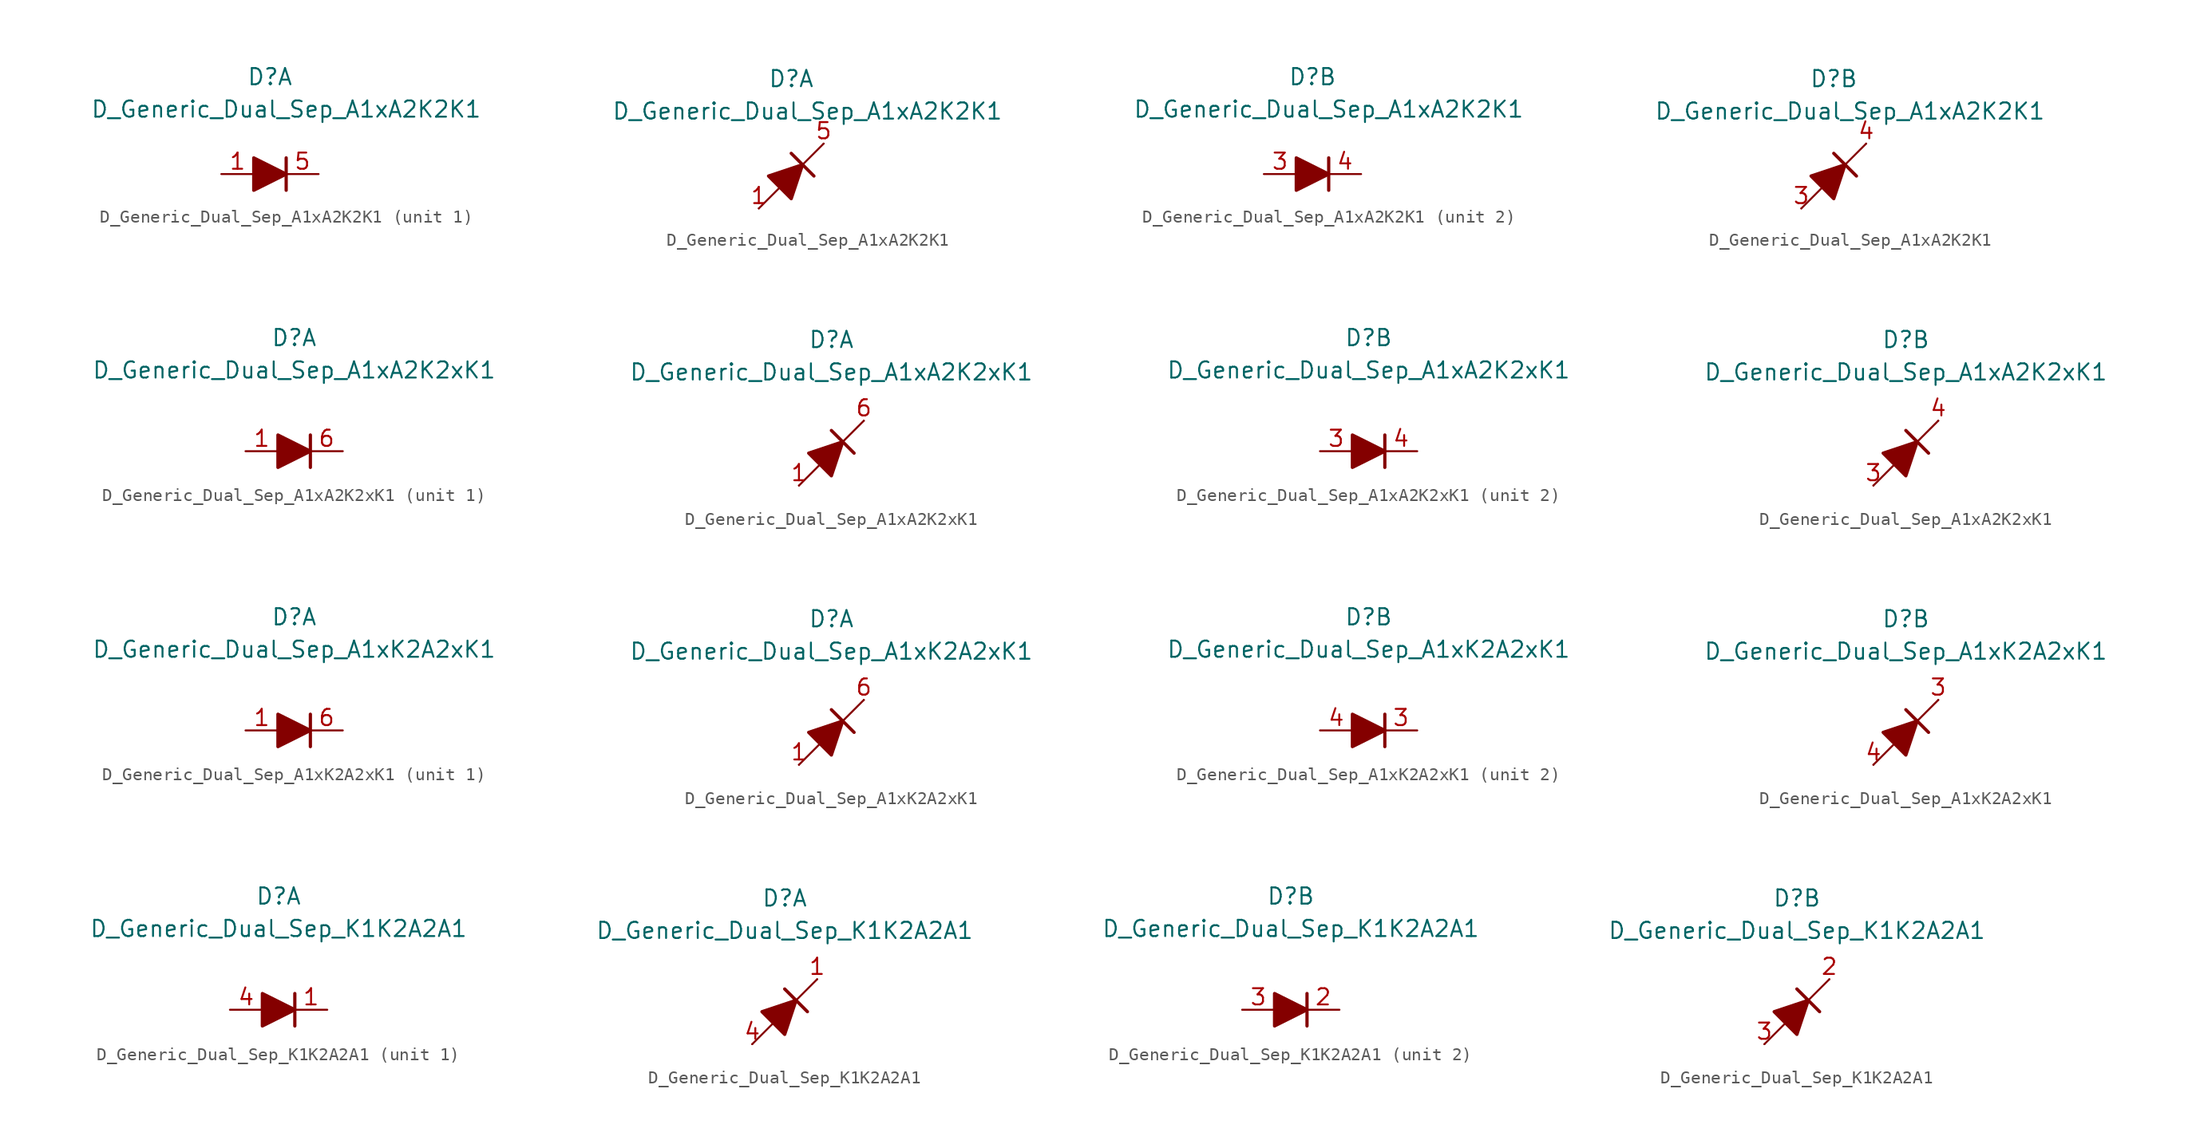
<source format=kicad_sym>
(kicad_symbol_lib
  (version 20231120)
  (generator "kicad_symbol_editor")
  (generator_version "8.0")
  (symbol "D_Generic_Dual_Sep_A1xA2K2K1"
    (pin_names
      (offset 1.016) hide)
    (property "Reference" "D"
      (at 0 7.62 0)
      (effects (font (size 1.27 1.27))))
    (property "Value" "D_Generic_Dual_Sep_A1xA2K2K1"
      (at 1.27 5.08 0)
      (effects (font (size 1.27 1.27))))
    (symbol "D_Generic_Dual_Sep_A1xA2K2K1_0_1"
      (polyline (pts (xy 1.27 1.27) (xy 1.27 -1.27)) (stroke (width 0.254) (type default)) (fill (type none))))
    (symbol "D_Generic_Dual_Sep_A1xA2K2K1_0_2"
      (polyline (pts (xy -2.54 -2.54) (xy 2.54 2.54)) (stroke (width 0) (type default)) (fill (type none)))
      (polyline (pts (xy 0 1.778) (xy 1.778 0)) (stroke (width 0.254) (type default)) (fill (type none)))
      (polyline (pts (xy -0.889 -0.889) (xy -1.778 0) (xy 0.889 0.889) (xy 0 -1.778) (xy -0.889 -0.889)) (stroke (width 0.254) (type default)) (fill (type outline))))
    (symbol "D_Generic_Dual_Sep_A1xA2K2K1_1_1"
      (polyline (pts (xy -1.27 0) (xy 1.27 0)) (stroke (width 0) (type default)) (fill (type none)))
      (polyline (pts (xy -1.27 1.27) (xy -1.27 -1.27) (xy 1.27 0) (xy -1.27 1.27)) (stroke (width 0.254) (type default)) (fill (type outline)))
      (pin passive line (at -3.81 0 0) (length 2.54) (name "A1" (effects (font (size 1.27 1.27)))) (number "1" (effects (font (size 1.27 1.27)))))
      (pin free line (at 0 0 0) (length 2.54) hide (name "NC" (effects (font (size 1.27 1.27)))) (number "2" (effects (font (size 1.27 1.27)))))
      (pin passive line (at 3.81 0 180) (length 2.54) (name "K1" (effects (font (size 1.27 1.27)))) (number "5" (effects (font (size 1.27 1.27))))))
    (symbol "D_Generic_Dual_Sep_A1xA2K2K1_1_2"
      (pin passive line (at -2.54 -2.54 0) (length 0) (name "A" (effects (font (size 1.27 1.27)))) (number "1" (effects (font (size 1.27 1.27)))))
      (pin free line (at 0 0 0) (length 2.54) hide (name "NC" (effects (font (size 1.27 1.27)))) (number "2" (effects (font (size 1.27 1.27)))))
      (pin passive line (at 2.54 2.54 180) (length 0) (name "K" (effects (font (size 1.27 1.27)))) (number "5" (effects (font (size 1.27 1.27))))))
    (symbol "D_Generic_Dual_Sep_A1xA2K2K1_2_1"
      (polyline (pts (xy -1.27 0) (xy 1.27 0)) (stroke (width 0) (type default)) (fill (type none)))
      (polyline (pts (xy -1.27 1.27) (xy -1.27 -1.27) (xy 1.27 0) (xy -1.27 1.27)) (stroke (width 0.254) (type default)) (fill (type outline)))
      (pin passive line (at -3.81 0 0) (length 2.54) (name "A2" (effects (font (size 1.27 1.27)))) (number "3" (effects (font (size 1.27 1.27)))))
      (pin passive line (at 3.81 0 180) (length 2.54) (name "K2" (effects (font (size 1.27 1.27)))) (number "4" (effects (font (size 1.27 1.27))))))
    (symbol "D_Generic_Dual_Sep_A1xA2K2K1_2_2"
      (pin passive line (at -2.54 -2.54 0) (length 0) (name "A2" (effects (font (size 1.27 1.27)))) (number "3" (effects (font (size 1.27 1.27)))))
      (pin passive line (at 2.54 2.54 180) (length 0) (name "K2" (effects (font (size 1.27 1.27)))) (number "4" (effects (font (size 1.27 1.27)))))))
  (symbol "D_Generic_Dual_Sep_A1xA2K2xK1"
    (pin_names
      (offset 1.016) hide)
    (property "Reference" "D"
      (at 0 8.89 0)
      (effects (font (size 1.27 1.27))))
    (property "Value" "D_Generic_Dual_Sep_A1xA2K2xK1"
      (at 0 6.35 0)
      (effects (font (size 1.27 1.27))))
    (property "ki_locked" ""
      (at 0 0 0)
      (effects (font (size 1.27 1.27))))
    (symbol "D_Generic_Dual_Sep_A1xA2K2xK1_0_1"
      (polyline (pts (xy 1.27 1.27) (xy 1.27 -1.27)) (stroke (width 0.254) (type default)) (fill (type none))))
    (symbol "D_Generic_Dual_Sep_A1xA2K2xK1_0_2"
      (polyline (pts (xy -2.54 -2.54) (xy 2.54 2.54)) (stroke (width 0) (type default)) (fill (type none)))
      (polyline (pts (xy 0 1.778) (xy 1.778 0)) (stroke (width 0.254) (type default)) (fill (type none)))
      (polyline (pts (xy -0.889 -0.889) (xy -1.778 0) (xy 0.889 0.889) (xy 0 -1.778) (xy -0.889 -0.889)) (stroke (width 0.254) (type default)) (fill (type outline))))
    (symbol "D_Generic_Dual_Sep_A1xA2K2xK1_1_1"
      (polyline (pts (xy -1.27 0) (xy 1.27 0)) (stroke (width 0) (type default)) (fill (type none)))
      (polyline (pts (xy -1.27 1.27) (xy -1.27 -1.27) (xy 1.27 0) (xy -1.27 1.27)) (stroke (width 0.254) (type default)) (fill (type outline)))
      (pin passive line (at -3.81 0 0) (length 2.54) (name "A1" (effects (font (size 1.27 1.27)))) (number "1" (effects (font (size 1.27 1.27)))))
      (pin free line (at 0 0 0) (length 2.54) hide (name "NC" (effects (font (size 1.27 1.27)))) (number "2" (effects (font (size 1.27 1.27)))))
      (pin passive line (at 3.81 0 180) (length 2.54) (name "K1" (effects (font (size 1.27 1.27)))) (number "6" (effects (font (size 1.27 1.27))))))
    (symbol "D_Generic_Dual_Sep_A1xA2K2xK1_1_2"
      (pin passive line (at -2.54 -2.54 0) (length 0) (name "A" (effects (font (size 1.27 1.27)))) (number "1" (effects (font (size 1.27 1.27)))))
      (pin free line (at 0 0 0) (length 2.54) hide (name "NC" (effects (font (size 1.27 1.27)))) (number "2" (effects (font (size 1.27 1.27)))))
      (pin passive line (at 2.54 2.54 180) (length 0) (name "K" (effects (font (size 1.27 1.27)))) (number "6" (effects (font (size 1.27 1.27))))))
    (symbol "D_Generic_Dual_Sep_A1xA2K2xK1_2_1"
      (polyline (pts (xy 1.27 0) (xy -1.27 0)) (stroke (width 0) (type default)) (fill (type none)))
      (polyline (pts (xy -1.27 -1.27) (xy -1.27 1.27) (xy 1.27 0) (xy -1.27 -1.27)) (stroke (width 0.254) (type default)) (fill (type outline)))
      (pin passive line (at -3.81 0 0) (length 2.54) (name "A2" (effects (font (size 1.27 1.27)))) (number "3" (effects (font (size 1.27 1.27)))))
      (pin passive line (at 3.81 0 180) (length 2.54) (name "K2" (effects (font (size 1.27 1.27)))) (number "4" (effects (font (size 1.27 1.27)))))
      (pin free line (at 0 0 180) (length 2.54) hide (name "NC" (effects (font (size 1.27 1.27)))) (number "5" (effects (font (size 1.27 1.27))))))
    (symbol "D_Generic_Dual_Sep_A1xA2K2xK1_2_2"
      (pin passive line (at -2.54 -2.54 0) (length 0) (name "A2" (effects (font (size 1.27 1.27)))) (number "3" (effects (font (size 1.27 1.27)))))
      (pin passive line (at 2.54 2.54 180) (length 0) (name "K2" (effects (font (size 1.27 1.27)))) (number "4" (effects (font (size 1.27 1.27)))))
      (pin free line (at 0 0 180) (length 2.54) hide (name "NC" (effects (font (size 1.27 1.27)))) (number "5" (effects (font (size 1.27 1.27)))))))
  (symbol "D_Generic_Dual_Sep_A1xK2A2xK1"
    (pin_names
      (offset 1.016) hide)
    (property "Reference" "D"
      (at 0 8.89 0)
      (effects (font (size 1.27 1.27))))
    (property "Value" "D_Generic_Dual_Sep_A1xK2A2xK1"
      (at 0 6.35 0)
      (effects (font (size 1.27 1.27))))
    (property "ki_locked" ""
      (at 0 0 0)
      (effects (font (size 1.27 1.27))))
    (symbol "D_Generic_Dual_Sep_A1xK2A2xK1_0_1"
      (polyline (pts (xy 1.27 1.27) (xy 1.27 -1.27)) (stroke (width 0.254) (type default)) (fill (type none))))
    (symbol "D_Generic_Dual_Sep_A1xK2A2xK1_0_2"
      (polyline (pts (xy -2.54 -2.54) (xy 2.54 2.54)) (stroke (width 0) (type default)) (fill (type none)))
      (polyline (pts (xy 0 1.778) (xy 1.778 0)) (stroke (width 0.254) (type default)) (fill (type none)))
      (polyline (pts (xy -0.889 -0.889) (xy -1.778 0) (xy 0.889 0.889) (xy 0 -1.778) (xy -0.889 -0.889)) (stroke (width 0.254) (type default)) (fill (type outline))))
    (symbol "D_Generic_Dual_Sep_A1xK2A2xK1_1_1"
      (polyline (pts (xy -1.27 0) (xy 1.27 0)) (stroke (width 0) (type default)) (fill (type none)))
      (polyline (pts (xy -1.27 1.27) (xy -1.27 -1.27) (xy 1.27 0) (xy -1.27 1.27)) (stroke (width 0.254) (type default)) (fill (type outline)))
      (pin passive line (at -3.81 0 0) (length 2.54) (name "A1" (effects (font (size 1.27 1.27)))) (number "1" (effects (font (size 1.27 1.27)))))
      (pin free line (at 0 0 0) (length 2.54) hide (name "NC" (effects (font (size 1.27 1.27)))) (number "2" (effects (font (size 1.27 1.27)))))
      (pin passive line (at 3.81 0 180) (length 2.54) (name "K1" (effects (font (size 1.27 1.27)))) (number "6" (effects (font (size 1.27 1.27))))))
    (symbol "D_Generic_Dual_Sep_A1xK2A2xK1_1_2"
      (pin passive line (at -2.54 -2.54 0) (length 0) (name "A" (effects (font (size 1.27 1.27)))) (number "1" (effects (font (size 1.27 1.27)))))
      (pin free line (at 0 0 0) (length 2.54) hide (name "NC" (effects (font (size 1.27 1.27)))) (number "2" (effects (font (size 1.27 1.27)))))
      (pin passive line (at 2.54 2.54 180) (length 0) (name "K" (effects (font (size 1.27 1.27)))) (number "6" (effects (font (size 1.27 1.27))))))
    (symbol "D_Generic_Dual_Sep_A1xK2A2xK1_2_1"
      (polyline (pts (xy -1.27 0) (xy 1.27 0)) (stroke (width 0) (type default)) (fill (type none)))
      (polyline (pts (xy -1.27 1.27) (xy -1.27 -1.27) (xy 1.27 0) (xy -1.27 1.27)) (stroke (width 0.254) (type default)) (fill (type outline)))
      (pin passive line (at 3.81 0 180) (length 2.54) (name "K2" (effects (font (size 1.27 1.27)))) (number "3" (effects (font (size 1.27 1.27)))))
      (pin passive line (at -3.81 0 0) (length 2.54) (name "A2" (effects (font (size 1.27 1.27)))) (number "4" (effects (font (size 1.27 1.27)))))
      (pin free line (at 0 0 180) (length 2.54) hide (name "NC" (effects (font (size 1.27 1.27)))) (number "5" (effects (font (size 1.27 1.27))))))
    (symbol "D_Generic_Dual_Sep_A1xK2A2xK1_2_2"
      (pin passive line (at 2.54 2.54 180) (length 0) (name "K2" (effects (font (size 1.27 1.27)))) (number "3" (effects (font (size 1.27 1.27)))))
      (pin passive line (at -2.54 -2.54 0) (length 0) (name "A2" (effects (font (size 1.27 1.27)))) (number "4" (effects (font (size 1.27 1.27)))))
      (pin free line (at 0 0 180) (length 2.54) hide (name "NC" (effects (font (size 1.27 1.27)))) (number "5" (effects (font (size 1.27 1.27)))))))
  (symbol "D_Generic_Dual_Sep_K1K2A2A1"
    (pin_names
      (offset 1.016) hide)
    (property "Reference" "D"
      (at 0 8.89 0)
      (effects (font (size 1.27 1.27))))
    (property "Value" "D_Generic_Dual_Sep_K1K2A2A1"
      (at 0 6.35 0)
      (effects (font (size 1.27 1.27))))
    (property "ki_locked" ""
      (at 0 0 0)
      (effects (font (size 1.27 1.27))))
    (symbol "D_Generic_Dual_Sep_K1K2A2A1_0_1"
      (polyline (pts (xy 1.27 1.27) (xy 1.27 -1.27)) (stroke (width 0.254) (type default)) (fill (type none))))
    (symbol "D_Generic_Dual_Sep_K1K2A2A1_0_2"
      (polyline (pts (xy -2.54 -2.54) (xy 2.54 2.54)) (stroke (width 0) (type default)) (fill (type none)))
      (polyline (pts (xy 0 1.778) (xy 1.778 0)) (stroke (width 0.254) (type default)) (fill (type none)))
      (polyline (pts (xy -0.889 -0.889) (xy -1.778 0) (xy 0.889 0.889) (xy 0 -1.778) (xy -0.889 -0.889)) (stroke (width 0.254) (type default)) (fill (type outline))))
    (symbol "D_Generic_Dual_Sep_K1K2A2A1_1_1"
      (polyline (pts (xy -1.27 0) (xy 1.27 0)) (stroke (width 0) (type default)) (fill (type none)))
      (polyline (pts (xy -1.27 1.27) (xy -1.27 -1.27) (xy 1.27 0) (xy -1.27 1.27)) (stroke (width 0.254) (type default)) (fill (type outline)))
      (pin passive line (at 3.81 0 180) (length 2.54) (name "K1" (effects (font (size 1.27 1.27)))) (number "1" (effects (font (size 1.27 1.27)))))
      (pin passive line (at -3.81 0 0) (length 2.54) (name "A1" (effects (font (size 1.27 1.27)))) (number "4" (effects (font (size 1.27 1.27))))))
    (symbol "D_Generic_Dual_Sep_K1K2A2A1_1_2"
      (pin passive line (at 2.54 2.54 180) (length 0) (name "K" (effects (font (size 1.27 1.27)))) (number "1" (effects (font (size 1.27 1.27)))))
      (pin passive line (at -2.54 -2.54 0) (length 0) (name "A" (effects (font (size 1.27 1.27)))) (number "4" (effects (font (size 1.27 1.27))))))
    (symbol "D_Generic_Dual_Sep_K1K2A2A1_2_1"
      (polyline (pts (xy -1.27 0) (xy 1.27 0)) (stroke (width 0) (type default)) (fill (type none)))
      (polyline (pts (xy -1.27 1.27) (xy -1.27 -1.27) (xy 1.27 0) (xy -1.27 1.27)) (stroke (width 0.254) (type default)) (fill (type outline)))
      (pin passive line (at 3.81 0 180) (length 2.54) (name "K2" (effects (font (size 1.27 1.27)))) (number "2" (effects (font (size 1.27 1.27)))))
      (pin passive line (at -3.81 0 0) (length 2.54) (name "A2" (effects (font (size 1.27 1.27)))) (number "3" (effects (font (size 1.27 1.27))))))
    (symbol "D_Generic_Dual_Sep_K1K2A2A1_2_2"
      (pin passive line (at 2.54 2.54 180) (length 0) (name "K2" (effects (font (size 1.27 1.27)))) (number "2" (effects (font (size 1.27 1.27)))))
      (pin passive line (at -2.54 -2.54 0) (length 0) (name "A2" (effects (font (size 1.27 1.27)))) (number "3" (effects (font (size 1.27 1.27))))))))
</source>
